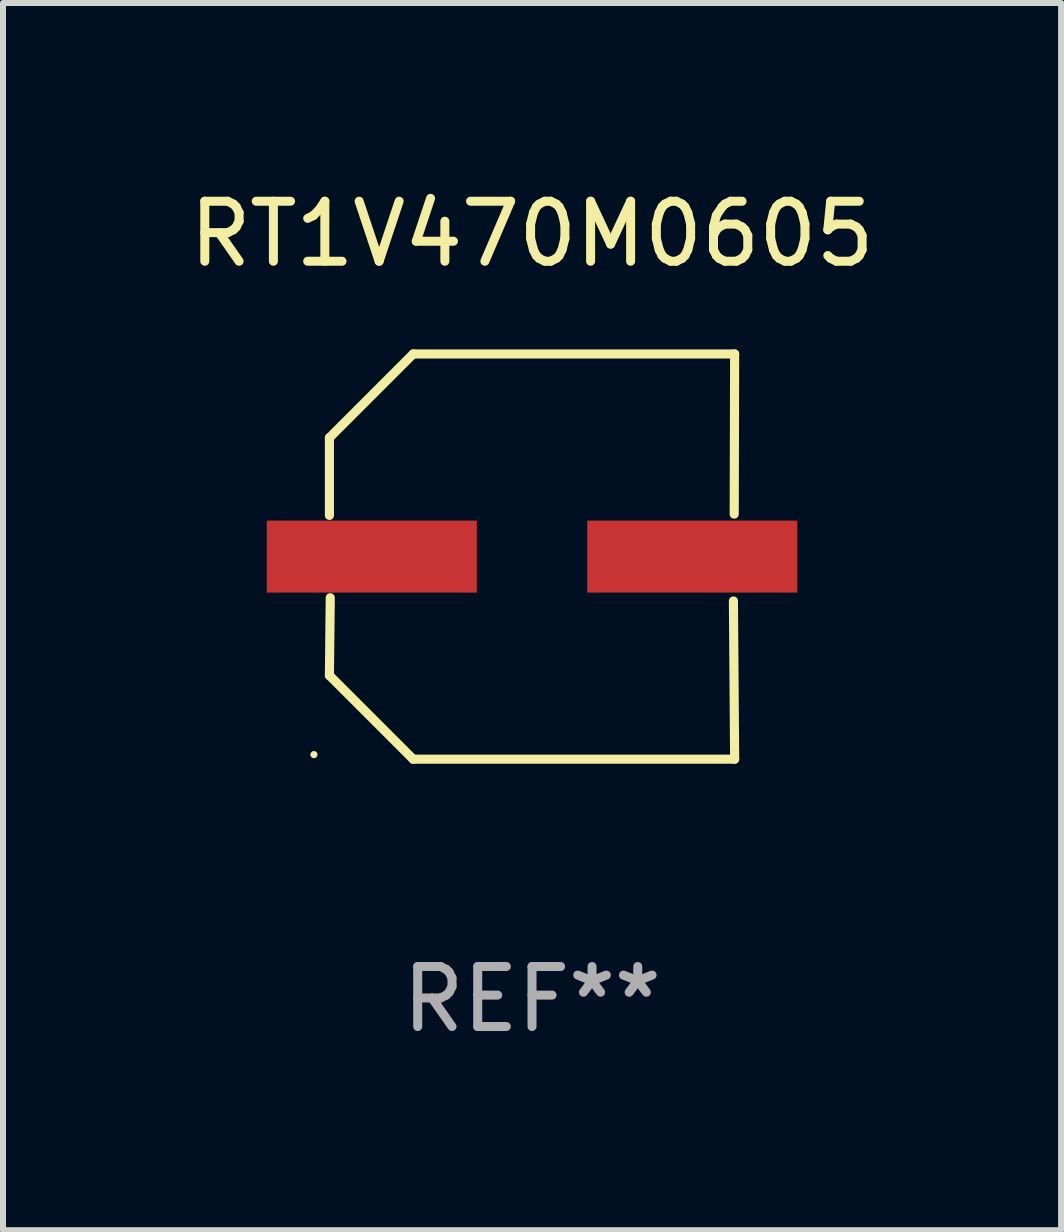
<source format=kicad_pcb>
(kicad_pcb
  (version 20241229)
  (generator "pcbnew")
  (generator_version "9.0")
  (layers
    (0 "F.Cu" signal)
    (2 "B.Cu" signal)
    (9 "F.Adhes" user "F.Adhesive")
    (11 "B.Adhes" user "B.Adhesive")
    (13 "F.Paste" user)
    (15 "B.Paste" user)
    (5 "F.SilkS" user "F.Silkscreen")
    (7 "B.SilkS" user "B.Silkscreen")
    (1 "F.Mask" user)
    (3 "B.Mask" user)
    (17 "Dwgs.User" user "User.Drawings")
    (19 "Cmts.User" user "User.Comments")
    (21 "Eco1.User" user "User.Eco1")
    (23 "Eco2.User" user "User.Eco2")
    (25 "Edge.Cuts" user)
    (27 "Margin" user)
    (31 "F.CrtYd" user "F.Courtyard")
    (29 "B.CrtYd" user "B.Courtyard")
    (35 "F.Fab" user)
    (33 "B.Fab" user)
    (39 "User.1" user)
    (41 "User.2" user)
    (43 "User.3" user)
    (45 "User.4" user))
  (footprint "RT1V470M0605"
    (layer "F.Cu")
    (at 5.815 6.224)
    (property "Reference" "RT1V470M0605" (at 0 -5.376 0) (layer "F.SilkS") (effects (font (size 1 1) (thickness 0.15))))
    (attr through_hole)
    (fp_line (start -3.376 -1.98) (end -3.376 -0.686) (stroke (width 0.152) (type solid)) (layer "F.SilkS"))
    (fp_line (start -3.376 1.981) (end -3.362 0.686) (stroke (width 0.152) (type solid)) (layer "F.SilkS"))
    (fp_line (start -1.981 3.376) (end -3.376 1.981) (stroke (width 0.152) (type solid)) (layer "F.SilkS"))
    (fp_line (start -1.98 -3.376) (end -3.376 -1.98) (stroke (width 0.152) (type solid)) (layer "F.SilkS"))
    (fp_line (start 3.356 0.74) (end 3.376 3.376) (stroke (width 0.152) (type solid)) (layer "F.SilkS"))
    (fp_line (start 3.369 -0.707) (end 3.376 -3.376) (stroke (width 0.152) (type solid)) (layer "F.SilkS"))
    (fp_line (start 3.376 3.376) (end -1.981 3.376) (stroke (width 0.152) (type solid)) (layer "F.SilkS"))
    (fp_line (start 3.376 -3.376) (end -1.98 -3.376) (stroke (width 0.152) (type solid)) (layer "F.SilkS"))
    (fp_circle (center -3.634 3.3) (end -3.604 3.3) (stroke (width 0.06) (type solid)) (fill no) (layer "F.SilkS"))
    (fp_text user "REF**" (at 0 7.376 0) (layer "F.Fab") (effects (font (size 1 1) (thickness 0.15))))
    (pad "1" smd rect (at -2.67 0.000254) (size 3.5 1.2) (layers "F.Cu" "F.Mask" "F.Paste"))
    (pad "2" smd rect (at 2.67 0.000254) (size 3.5 1.2) (layers "F.Cu" "F.Mask" "F.Paste")))
  (gr_rect
    (start -3 -3)
    (end 14.631 17.448)
    (stroke (width 0.1) (type default))
    (fill no)
    (layer "Edge.Cuts")))
</source>
